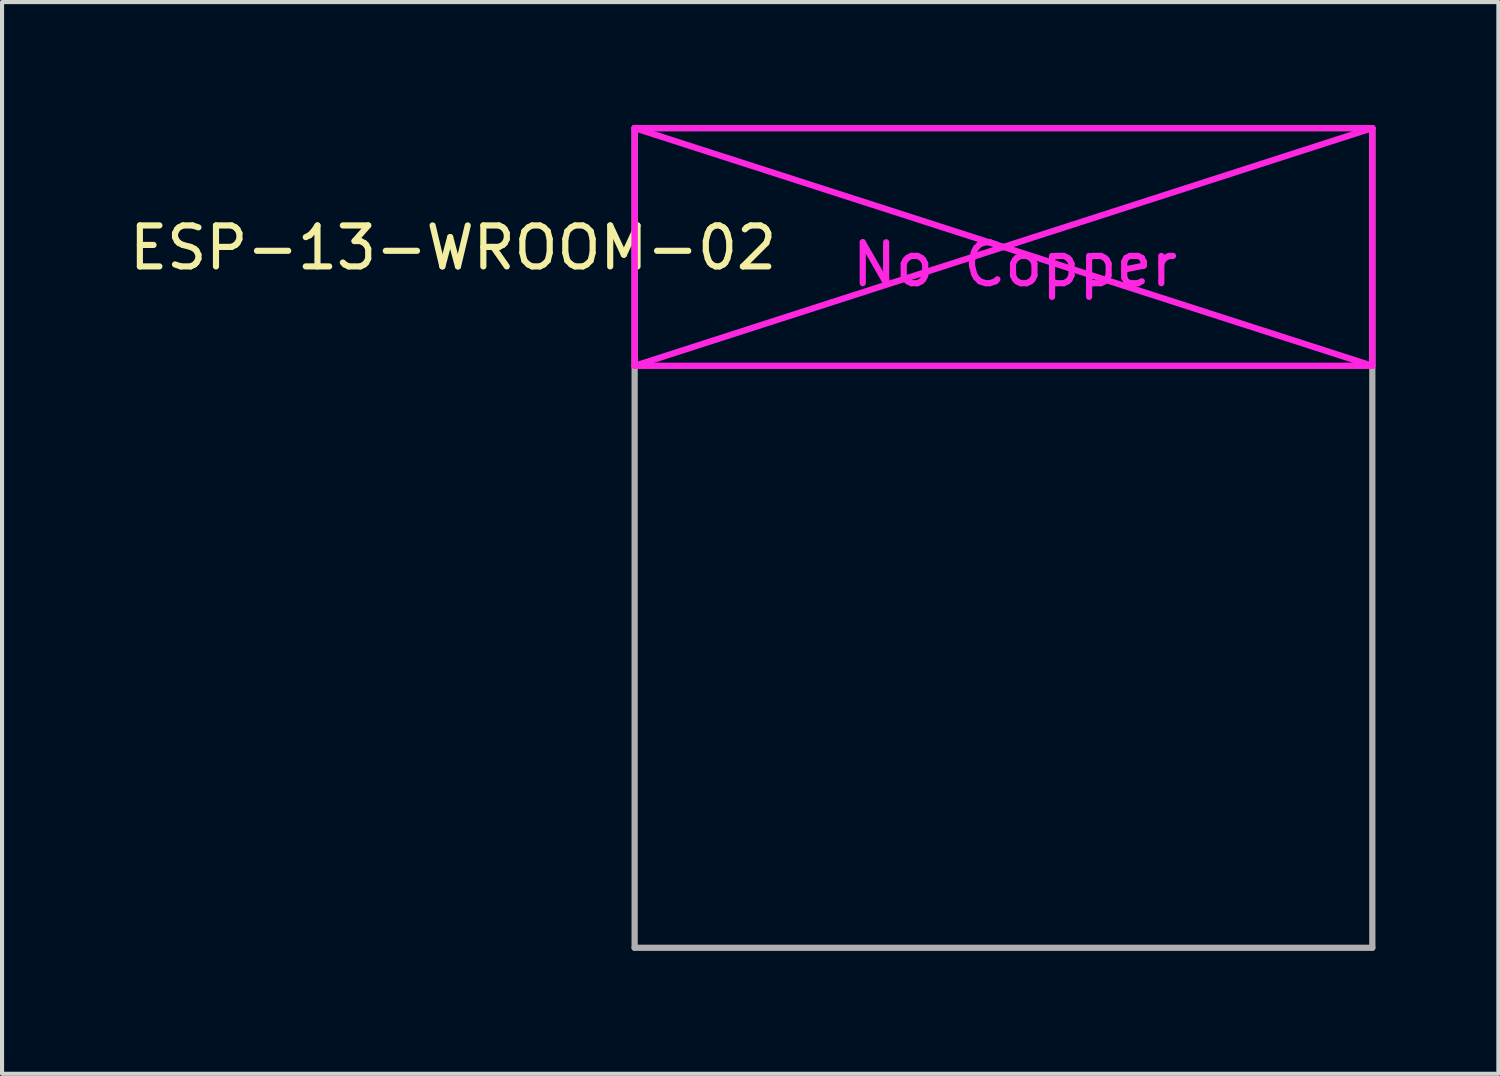
<source format=kicad_pcb>
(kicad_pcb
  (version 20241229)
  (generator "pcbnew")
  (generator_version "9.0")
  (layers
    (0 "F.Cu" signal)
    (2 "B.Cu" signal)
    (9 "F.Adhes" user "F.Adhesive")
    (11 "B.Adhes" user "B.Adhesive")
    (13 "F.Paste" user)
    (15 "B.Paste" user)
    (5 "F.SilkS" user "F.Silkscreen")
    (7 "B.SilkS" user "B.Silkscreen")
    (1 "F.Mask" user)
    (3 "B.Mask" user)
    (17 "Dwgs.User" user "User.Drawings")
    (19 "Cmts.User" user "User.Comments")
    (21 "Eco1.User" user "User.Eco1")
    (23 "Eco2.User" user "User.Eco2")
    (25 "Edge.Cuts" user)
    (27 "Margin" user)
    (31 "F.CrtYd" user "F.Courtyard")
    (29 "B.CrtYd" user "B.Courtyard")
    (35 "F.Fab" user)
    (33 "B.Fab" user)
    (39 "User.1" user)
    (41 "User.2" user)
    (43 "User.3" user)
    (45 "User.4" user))
  (footprint "ESP-13-WROOM-02"
    (layer "F.Cu")
    (at 21.436 10.076)
    (property "Reference" "ESP-13-WROOM-02" (at -13.43 -7.08 0) (layer "F.SilkS") (effects (font (size 1 1) (thickness 0.15))))
    (attr through_hole)
    (fp_line (start -9 -10) (end -9 -4.2) (stroke (width 0.152) (type solid)) (layer "F.CrtYd"))
    (fp_line (start -9 -10) (end 9 -4.2) (stroke (width 0.152) (type solid)) (layer "F.CrtYd"))
    (fp_line (start -9 -4.2) (end 9 -4.2) (stroke (width 0.152) (type solid)) (layer "F.CrtYd"))
    (fp_line (start 9 -10) (end -9 -10) (stroke (width 0.152) (type solid)) (layer "F.CrtYd"))
    (fp_line (start 9 -10) (end -9 -4.2) (stroke (width 0.152) (type solid)) (layer "F.CrtYd"))
    (fp_line (start 9 -4.2) (end 9 -10) (stroke (width 0.152) (type solid)) (layer "F.CrtYd"))
    (fp_line (start -9 -10) (end 9 -10) (stroke (width 0.152) (type solid)) (layer "F.Fab"))
    (fp_line (start -9 10) (end -9 -10) (stroke (width 0.152) (type solid)) (layer "F.Fab"))
    (fp_line (start 9 -10) (end 9 10) (stroke (width 0.152) (type solid)) (layer "F.Fab"))
    (fp_line (start 9 10) (end -9 10) (stroke (width 0.152) (type solid)) (layer "F.Fab"))
    (fp_text user "No Copper" (at 0.28 -6.67 0) (layer "F.CrtYd") (effects (font (size 1 1) (thickness 0.15)))))
  (gr_rect
    (start -3 -3)
    (end 33.512 23.152)
    (stroke (width 0.1) (type default))
    (fill no)
    (layer "Edge.Cuts")))
</source>
